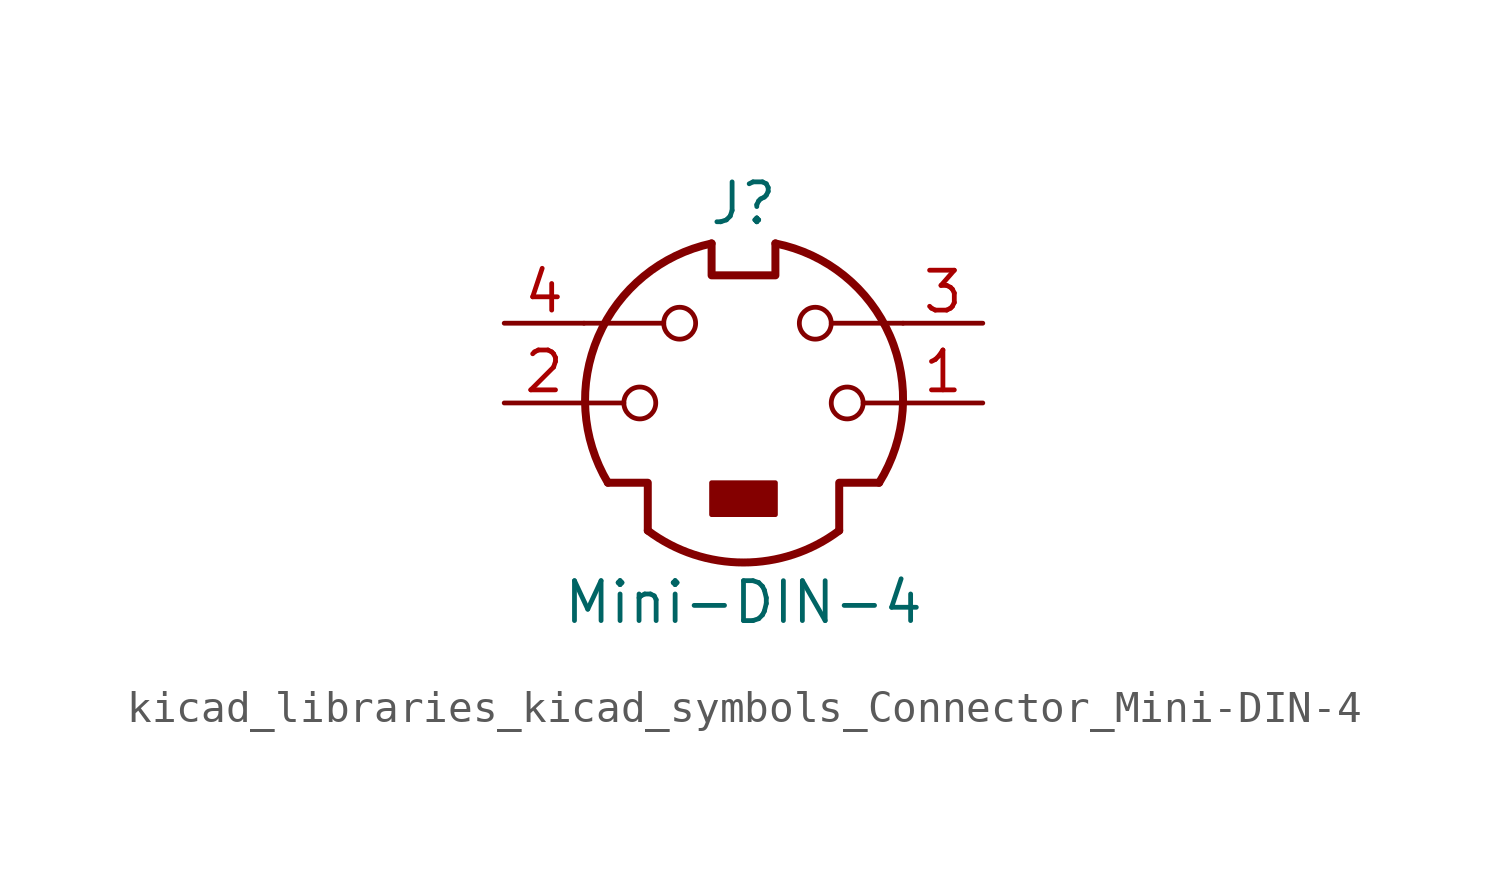
<source format=kicad_sym>
(kicad_symbol_lib
  (version 20220914)
  (generator kicad_symbol_editor)
  (symbol "kicad_libraries_kicad_symbols_Connector_Mini-DIN-4"
    (pin_names
      (offset 1.016))
    (property "Reference" "J"
      (at 0 6.35 0)
      (effects (font (size 1.27 1.27))))
    (property "Value" "Mini-DIN-4"
      (at 0 -6.35 0)
      (effects (font (size 1.27 1.27))))
    (symbol "kicad_libraries_kicad_symbols_Connector_Mini-DIN-4_0_1"
      (circle (center -3.302 0) (radius 0.508) (stroke (width 0) (type default)) (fill (type none)))
      (arc (start -3.048 -4.064) (mid 0 -5.08) (end 3.048 -4.064) (stroke (width 0.254) (type default)) (fill (type none)))
      (circle (center -2.032 2.54) (radius 0.508) (stroke (width 0) (type default)) (fill (type none)))
      (rectangle (start -1.016 -2.54) (end 1.016 -3.556) (stroke (width 0) (type default)) (fill (type outline)))
      (arc (start -1.016 5.08) (mid -4.6228 2.1214) (end -4.318 -2.54) (stroke (width 0.254) (type default)) (fill (type none)))
      (polyline (pts (xy -3.81 0) (xy -5.08 0)) (stroke (width 0) (type default)) (fill (type none)))
      (polyline (pts (xy -2.54 2.54) (xy -5.08 2.54)) (stroke (width 0) (type default)) (fill (type none)))
      (polyline (pts (xy 2.794 2.54) (xy 5.08 2.54)) (stroke (width 0) (type default)) (fill (type none)))
      (polyline (pts (xy 5.08 0) (xy 3.81 0)) (stroke (width 0) (type default)) (fill (type none)))
      (polyline (pts (xy -4.318 -2.54) (xy -3.048 -2.54) (xy -3.048 -4.064)) (stroke (width 0.254) (type default)) (fill (type none)))
      (polyline (pts (xy 4.318 -2.54) (xy 3.048 -2.54) (xy 3.048 -4.064)) (stroke (width 0.254) (type default)) (fill (type none)))
      (polyline (pts (xy -1.016 5.08) (xy -1.016 4.064) (xy 1.016 4.064) (xy 1.016 5.08)) (stroke (width 0.254) (type default)) (fill (type none)))
      (circle (center 2.286 2.54) (radius 0.508) (stroke (width 0) (type default)) (fill (type none)))
      (circle (center 3.302 0) (radius 0.508) (stroke (width 0) (type default)) (fill (type none)))
      (arc (start 4.318 -2.54) (mid 4.6661 2.1322) (end 1.016 5.08) (stroke (width 0.254) (type default)) (fill (type none))))
    (symbol "kicad_libraries_kicad_symbols_Connector_Mini-DIN-4_1_1"
      (pin passive line (at 7.62 0 180) (length 2.54) (name "~" (effects (font (size 1.27 1.27)))) (number "1" (effects (font (size 1.27 1.27)))))
      (pin passive line (at -7.62 0 0) (length 2.54) (name "~" (effects (font (size 1.27 1.27)))) (number "2" (effects (font (size 1.27 1.27)))))
      (pin passive line (at 7.62 2.54 180) (length 2.54) (name "~" (effects (font (size 1.27 1.27)))) (number "3" (effects (font (size 1.27 1.27)))))
      (pin passive line (at -7.62 2.54 0) (length 2.54) (name "~" (effects (font (size 1.27 1.27)))) (number "4" (effects (font (size 1.27 1.27))))))))
</source>
